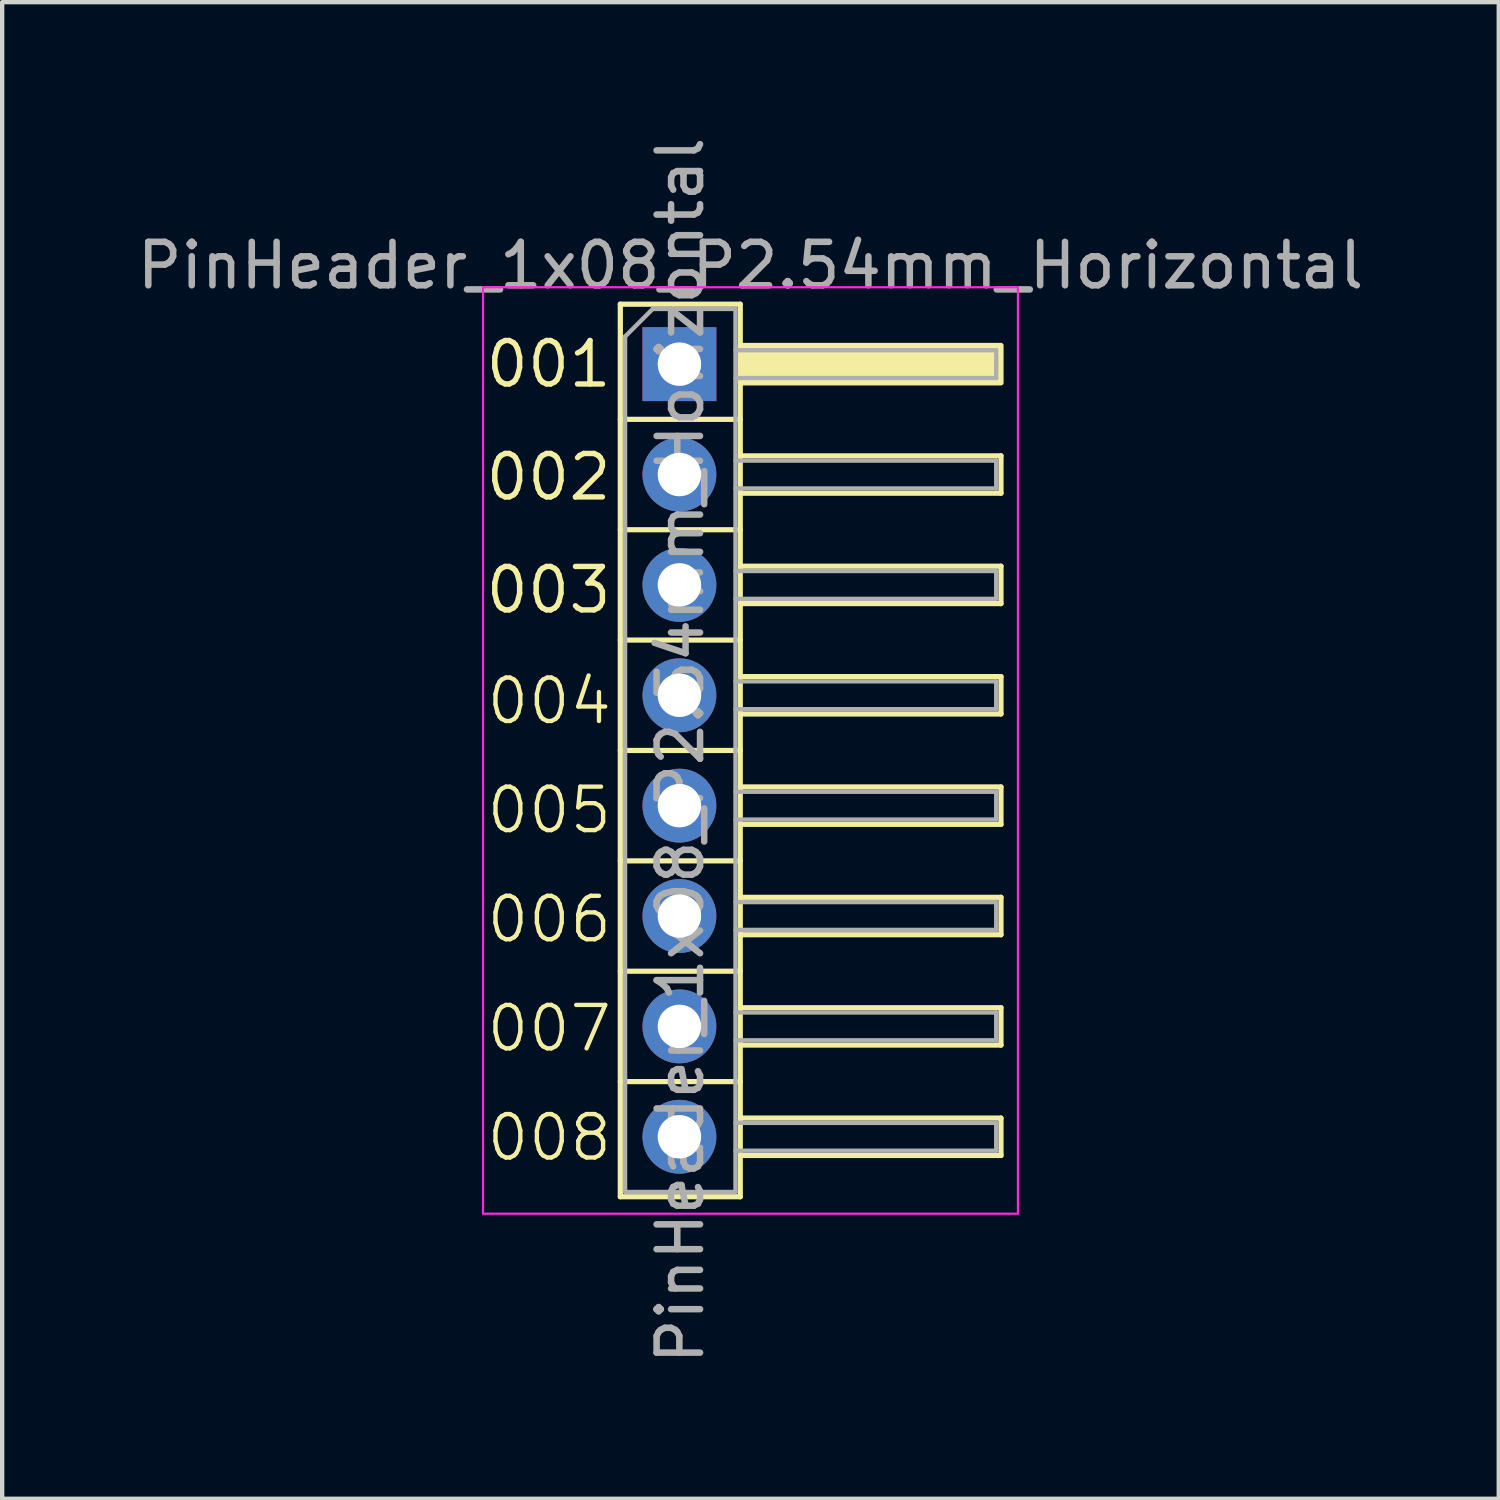
<source format=kicad_pcb>
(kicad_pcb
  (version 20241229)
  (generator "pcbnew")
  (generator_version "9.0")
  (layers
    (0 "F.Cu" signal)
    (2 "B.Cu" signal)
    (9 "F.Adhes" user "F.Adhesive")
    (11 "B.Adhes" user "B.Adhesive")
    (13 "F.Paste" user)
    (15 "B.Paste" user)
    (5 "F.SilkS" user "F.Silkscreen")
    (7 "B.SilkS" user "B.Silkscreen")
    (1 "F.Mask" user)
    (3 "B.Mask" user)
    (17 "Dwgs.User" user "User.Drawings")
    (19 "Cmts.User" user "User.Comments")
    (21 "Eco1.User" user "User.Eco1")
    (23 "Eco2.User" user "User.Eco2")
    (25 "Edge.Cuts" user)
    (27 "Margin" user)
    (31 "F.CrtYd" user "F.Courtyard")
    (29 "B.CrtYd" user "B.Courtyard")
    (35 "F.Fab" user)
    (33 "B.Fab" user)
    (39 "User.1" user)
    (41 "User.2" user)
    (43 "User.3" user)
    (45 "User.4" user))
  (footprint "PinHeader_1x08_P2.54mm_Horizontal"
    (layer "F.Cu")
    (at 9.835 5.33)
    (property "Reference" "PinHeader_1x08_P2.54mm_Horizontal" (at 4.385 -2.27 0) (layer "F.Fab") (effects (font (size 1 1) (thickness 0.15))))
    (property "8" "008" (at 1.25 17.8 0) (layer "F.SilkS") (effects (font (size 1 1) (thickness 0.1)) (justify right)))
    (property "1" "001" (at 1.25 0 0) (layer "F.SilkS") (effects (font (size 1 1) (thickness 0.125)) (justify right)))
    (property "3" "003" (at 1.25 5.199 0) (layer "F.SilkS") (effects (font (size 1 1) (thickness 0.125)) (justify right)))
    (property "7" "007" (at 1.25 15.288 0) (layer "F.SilkS") (effects (font (size 1 1) (thickness 0.1)) (justify right)))
    (property "6" "006" (at 1.25 12.777 0) (layer "F.SilkS") (effects (font (size 1 1) (thickness 0.1)) (justify right)))
    (property "5" "005" (at 1.25 10.265 0) (layer "F.SilkS") (effects (font (size 1 1) (thickness 0.1)) (justify right)))
    (property "4" "004" (at 1.25 7.754 0) (layer "F.SilkS") (effects (font (size 1 1) (thickness 0.1)) (justify right)))
    (property "2" "002" (at 1.25 2.599 0) (layer "F.SilkS") (effects (font (size 1 1) (thickness 0.125)) (justify right)))
    (attr through_hole)
    (fp_line (start 1.39 -1.38) (end 1.39 19.16) (stroke (width 0.12) (type solid)) (layer "F.SilkS"))
    (fp_line (start 1.39 1.27) (end 4.15 1.27) (stroke (width 0.12) (type solid)) (layer "F.SilkS"))
    (fp_line (start 1.39 3.81) (end 4.15 3.81) (stroke (width 0.12) (type solid)) (layer "F.SilkS"))
    (fp_line (start 1.39 6.35) (end 4.15 6.35) (stroke (width 0.12) (type solid)) (layer "F.SilkS"))
    (fp_line (start 1.39 8.89) (end 4.15 8.89) (stroke (width 0.12) (type solid)) (layer "F.SilkS"))
    (fp_line (start 1.39 11.43) (end 4.15 11.43) (stroke (width 0.12) (type solid)) (layer "F.SilkS"))
    (fp_line (start 1.39 13.97) (end 4.15 13.97) (stroke (width 0.12) (type solid)) (layer "F.SilkS"))
    (fp_line (start 1.39 16.51) (end 4.15 16.51) (stroke (width 0.12) (type solid)) (layer "F.SilkS"))
    (fp_line (start 1.39 19.16) (end 4.15 19.16) (stroke (width 0.12) (type solid)) (layer "F.SilkS"))
    (fp_line (start 4.15 -1.38) (end 1.39 -1.38) (stroke (width 0.12) (type solid)) (layer "F.SilkS"))
    (fp_line (start 4.15 2.11) (end 10.15 2.11) (stroke (width 0.12) (type solid)) (layer "F.SilkS"))
    (fp_line (start 4.15 4.65) (end 10.15 4.65) (stroke (width 0.12) (type solid)) (layer "F.SilkS"))
    (fp_line (start 4.15 7.19) (end 10.15 7.19) (stroke (width 0.12) (type solid)) (layer "F.SilkS"))
    (fp_line (start 4.15 9.73) (end 10.15 9.73) (stroke (width 0.12) (type solid)) (layer "F.SilkS"))
    (fp_line (start 4.15 12.27) (end 10.15 12.27) (stroke (width 0.12) (type solid)) (layer "F.SilkS"))
    (fp_line (start 4.15 14.81) (end 10.15 14.81) (stroke (width 0.12) (type solid)) (layer "F.SilkS"))
    (fp_line (start 4.15 17.35) (end 10.15 17.35) (stroke (width 0.12) (type solid)) (layer "F.SilkS"))
    (fp_line (start 4.15 19.16) (end 4.15 -1.38) (stroke (width 0.12) (type solid)) (layer "F.SilkS"))
    (fp_line (start 10.15 2.11) (end 10.15 2.97) (stroke (width 0.12) (type solid)) (layer "F.SilkS"))
    (fp_line (start 10.15 2.97) (end 4.15 2.97) (stroke (width 0.12) (type solid)) (layer "F.SilkS"))
    (fp_line (start 10.15 4.65) (end 10.15 5.51) (stroke (width 0.12) (type solid)) (layer "F.SilkS"))
    (fp_line (start 10.15 5.51) (end 4.15 5.51) (stroke (width 0.12) (type solid)) (layer "F.SilkS"))
    (fp_line (start 10.15 7.19) (end 10.15 8.05) (stroke (width 0.12) (type solid)) (layer "F.SilkS"))
    (fp_line (start 10.15 8.05) (end 4.15 8.05) (stroke (width 0.12) (type solid)) (layer "F.SilkS"))
    (fp_line (start 10.15 9.73) (end 10.15 10.59) (stroke (width 0.12) (type solid)) (layer "F.SilkS"))
    (fp_line (start 10.15 10.59) (end 4.15 10.59) (stroke (width 0.12) (type solid)) (layer "F.SilkS"))
    (fp_line (start 10.15 12.27) (end 10.15 13.13) (stroke (width 0.12) (type solid)) (layer "F.SilkS"))
    (fp_line (start 10.15 13.13) (end 4.15 13.13) (stroke (width 0.12) (type solid)) (layer "F.SilkS"))
    (fp_line (start 10.15 14.81) (end 10.15 15.67) (stroke (width 0.12) (type solid)) (layer "F.SilkS"))
    (fp_line (start 10.15 15.67) (end 4.15 15.67) (stroke (width 0.12) (type solid)) (layer "F.SilkS"))
    (fp_line (start 10.15 17.35) (end 10.15 18.21) (stroke (width 0.12) (type solid)) (layer "F.SilkS"))
    (fp_line (start 10.15 18.21) (end 4.15 18.21) (stroke (width 0.12) (type solid)) (layer "F.SilkS"))
    (fp_rect (start 4.15 -0.43) (end 10.15 0.43) (stroke (width 0.12) (type solid)) (fill yes) (layer "F.SilkS"))
    (fp_line (start -1.77 -1.77) (end -1.77 19.55) (stroke (width 0.05) (type solid)) (layer "F.CrtYd"))
    (fp_line (start -1.77 19.55) (end 10.54 19.55) (stroke (width 0.05) (type solid)) (layer "F.CrtYd"))
    (fp_line (start 10.54 -1.77) (end -1.77 -1.77) (stroke (width 0.05) (type solid)) (layer "F.CrtYd"))
    (fp_line (start 10.54 19.55) (end 10.54 -1.77) (stroke (width 0.05) (type solid)) (layer "F.CrtYd"))
    (fp_line (start 1.5 -0.635) (end 2.135 -1.27) (stroke (width 0.1) (type solid)) (layer "F.Fab"))
    (fp_line (start 1.5 19.05) (end 1.5 -0.635) (stroke (width 0.1) (type solid)) (layer "F.Fab"))
    (fp_line (start 2.135 -1.27) (end 4.04 -1.27) (stroke (width 0.1) (type solid)) (layer "F.Fab"))
    (fp_line (start 4.04 -1.27) (end 4.04 19.05) (stroke (width 0.1) (type solid)) (layer "F.Fab"))
    (fp_line (start 4.04 -0.32) (end 10.04 -0.32) (stroke (width 0.1) (type solid)) (layer "F.Fab"))
    (fp_line (start 4.04 0.32) (end 10.04 0.32) (stroke (width 0.1) (type solid)) (layer "F.Fab"))
    (fp_line (start 4.04 2.22) (end 10.04 2.22) (stroke (width 0.1) (type solid)) (layer "F.Fab"))
    (fp_line (start 4.04 2.86) (end 10.04 2.86) (stroke (width 0.1) (type solid)) (layer "F.Fab"))
    (fp_line (start 4.04 4.76) (end 10.04 4.76) (stroke (width 0.1) (type solid)) (layer "F.Fab"))
    (fp_line (start 4.04 5.4) (end 10.04 5.4) (stroke (width 0.1) (type solid)) (layer "F.Fab"))
    (fp_line (start 4.04 7.3) (end 10.04 7.3) (stroke (width 0.1) (type solid)) (layer "F.Fab"))
    (fp_line (start 4.04 7.94) (end 10.04 7.94) (stroke (width 0.1) (type solid)) (layer "F.Fab"))
    (fp_line (start 4.04 9.84) (end 10.04 9.84) (stroke (width 0.1) (type solid)) (layer "F.Fab"))
    (fp_line (start 4.04 10.48) (end 10.04 10.48) (stroke (width 0.1) (type solid)) (layer "F.Fab"))
    (fp_line (start 4.04 12.38) (end 10.04 12.38) (stroke (width 0.1) (type solid)) (layer "F.Fab"))
    (fp_line (start 4.04 13.02) (end 10.04 13.02) (stroke (width 0.1) (type solid)) (layer "F.Fab"))
    (fp_line (start 4.04 14.92) (end 10.04 14.92) (stroke (width 0.1) (type solid)) (layer "F.Fab"))
    (fp_line (start 4.04 15.56) (end 10.04 15.56) (stroke (width 0.1) (type solid)) (layer "F.Fab"))
    (fp_line (start 4.04 17.46) (end 10.04 17.46) (stroke (width 0.1) (type solid)) (layer "F.Fab"))
    (fp_line (start 4.04 18.1) (end 10.04 18.1) (stroke (width 0.1) (type solid)) (layer "F.Fab"))
    (fp_line (start 4.04 19.05) (end 1.5 19.05) (stroke (width 0.1) (type solid)) (layer "F.Fab"))
    (fp_line (start 10.04 -0.32) (end 10.04 0.32) (stroke (width 0.1) (type solid)) (layer "F.Fab"))
    (fp_line (start 10.04 2.22) (end 10.04 2.86) (stroke (width 0.1) (type solid)) (layer "F.Fab"))
    (fp_line (start 10.04 4.76) (end 10.04 5.4) (stroke (width 0.1) (type solid)) (layer "F.Fab"))
    (fp_line (start 10.04 7.3) (end 10.04 7.94) (stroke (width 0.1) (type solid)) (layer "F.Fab"))
    (fp_line (start 10.04 9.84) (end 10.04 10.48) (stroke (width 0.1) (type solid)) (layer "F.Fab"))
    (fp_line (start 10.04 12.38) (end 10.04 13.02) (stroke (width 0.1) (type solid)) (layer "F.Fab"))
    (fp_line (start 10.04 14.92) (end 10.04 15.56) (stroke (width 0.1) (type solid)) (layer "F.Fab"))
    (fp_line (start 10.04 17.46) (end 10.04 18.1) (stroke (width 0.1) (type solid)) (layer "F.Fab"))
    (fp_text user "${REFERENCE}" (at 2.77 8.89 90) (layer "F.Fab") (effects (font (size 1 1) (thickness 0.15))))
    (pad "1" thru_hole rect (at 2.75 0) (size 1.7 1.7) (drill 1) (layers "*.Cu" "*.Mask"))
    (pad "2" thru_hole circle (at 2.75 2.54) (size 1.7 1.7) (drill 1) (layers "*.Cu" "*.Mask"))
    (pad "3" thru_hole circle (at 2.75 5.08) (size 1.7 1.7) (drill 1) (layers "*.Cu" "*.Mask"))
    (pad "4" thru_hole circle (at 2.75 7.62) (size 1.7 1.7) (drill 1) (layers "*.Cu" "*.Mask"))
    (pad "5" thru_hole circle (at 2.75 10.16) (size 1.7 1.7) (drill 1) (layers "*.Cu" "*.Mask"))
    (pad "6" thru_hole circle (at 2.75 12.7) (size 1.7 1.7) (drill 1) (layers "*.Cu" "*.Mask"))
    (pad "7" thru_hole circle (at 2.75 15.24) (size 1.7 1.7) (drill 1) (layers "*.Cu" "*.Mask"))
    (pad "8" thru_hole circle (at 2.75 17.78) (size 1.7 1.7) (drill 1) (layers "*.Cu" "*.Mask")))
  (gr_rect
    (start -3 -3)
    (end 31.44 31.44)
    (stroke (width 0.1) (type default))
    (fill no)
    (layer "Edge.Cuts")))
</source>
